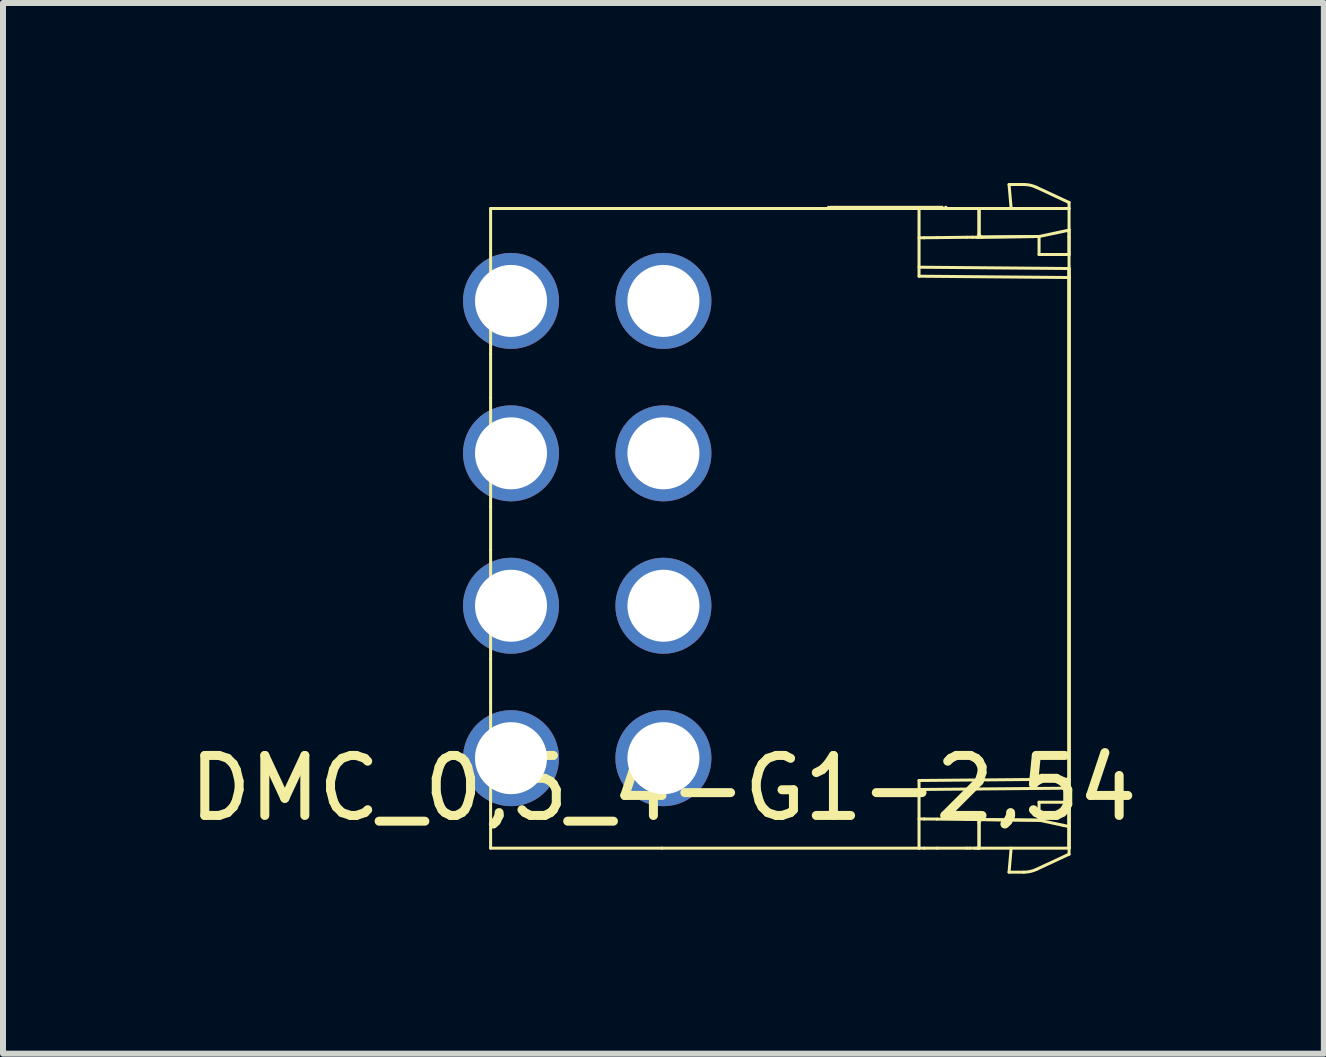
<source format=kicad_pcb>
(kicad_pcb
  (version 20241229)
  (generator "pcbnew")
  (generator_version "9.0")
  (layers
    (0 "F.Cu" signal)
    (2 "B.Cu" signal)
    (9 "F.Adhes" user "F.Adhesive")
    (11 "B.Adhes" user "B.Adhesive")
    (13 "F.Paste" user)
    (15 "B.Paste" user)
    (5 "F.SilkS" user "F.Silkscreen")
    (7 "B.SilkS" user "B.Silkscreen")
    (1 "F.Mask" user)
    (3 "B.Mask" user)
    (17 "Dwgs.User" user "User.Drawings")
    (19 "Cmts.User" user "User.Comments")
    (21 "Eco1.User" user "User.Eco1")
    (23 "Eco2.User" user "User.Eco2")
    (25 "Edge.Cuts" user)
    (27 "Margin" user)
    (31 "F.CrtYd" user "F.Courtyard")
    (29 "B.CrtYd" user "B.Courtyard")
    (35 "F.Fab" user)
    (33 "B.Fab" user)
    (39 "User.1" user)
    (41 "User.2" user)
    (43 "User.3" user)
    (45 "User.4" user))
  (footprint "DMC_0,5_4-G1-2,54"
    (layer "F.Cu")
    (at 8.006 9.585)
    (property "Reference" "DMC_0,5_4-G1-2,54" (at 0 0.5 0) (layer "F.SilkS") (effects (font (size 1 1) (thickness 0.15))))
    (attr through_hole)
    (fp_line (start -2.88 -9.16) (end -2.88 -7.99) (stroke (width 0.05) (type solid)) (layer "F.SilkS"))
    (fp_line (start -2.88 -7.99) (end -2.88 -7.96) (stroke (width 0.05) (type solid)) (layer "F.SilkS"))
    (fp_line (start -2.88 -7.32) (end -2.88 -7.96) (stroke (width 0.05) (type solid)) (layer "F.SilkS"))
    (fp_line (start -2.88 -7.32) (end -2.88 -7.29) (stroke (width 0.05) (type solid)) (layer "F.SilkS"))
    (fp_line (start -2.88 -7.29) (end -2.88 -6.732) (stroke (width 0.05) (type solid)) (layer "F.SilkS"))
    (fp_line (start -2.88 -6.732) (end -2.88 -6.008) (stroke (width 0.05) (type solid)) (layer "F.SilkS"))
    (fp_line (start -2.88 -6.008) (end -2.88 -5.45) (stroke (width 0.05) (type solid)) (layer "F.SilkS"))
    (fp_line (start -2.88 -5.45) (end -2.88 -5.42) (stroke (width 0.05) (type solid)) (layer "F.SilkS"))
    (fp_line (start -2.88 -4.78) (end -2.88 -5.42) (stroke (width 0.05) (type solid)) (layer "F.SilkS"))
    (fp_line (start -2.88 -4.78) (end -2.88 -4.75) (stroke (width 0.05) (type solid)) (layer "F.SilkS"))
    (fp_line (start -2.88 -4.75) (end -2.88 -4.192) (stroke (width 0.05) (type solid)) (layer "F.SilkS"))
    (fp_line (start -2.88 -4.192) (end -2.88 -3.468) (stroke (width 0.05) (type solid)) (layer "F.SilkS"))
    (fp_line (start -2.88 -3.468) (end -2.88 -2.91) (stroke (width 0.05) (type solid)) (layer "F.SilkS"))
    (fp_line (start -2.88 -2.91) (end -2.88 -2.88) (stroke (width 0.05) (type solid)) (layer "F.SilkS"))
    (fp_line (start -2.88 -2.24) (end -2.88 -2.88) (stroke (width 0.05) (type solid)) (layer "F.SilkS"))
    (fp_line (start -2.88 -2.24) (end -2.88 -2.21) (stroke (width 0.05) (type solid)) (layer "F.SilkS"))
    (fp_line (start -2.88 -2.21) (end -2.88 -1.652) (stroke (width 0.05) (type solid)) (layer "F.SilkS"))
    (fp_line (start -2.88 -1.652) (end -2.88 -0.928) (stroke (width 0.05) (type solid)) (layer "F.SilkS"))
    (fp_line (start -2.88 -0.928) (end -2.88 -0.37) (stroke (width 0.05) (type solid)) (layer "F.SilkS"))
    (fp_line (start -2.88 -0.37) (end -2.88 -0.34) (stroke (width 0.05) (type solid)) (layer "F.SilkS"))
    (fp_line (start -2.88 0.3) (end -2.88 -0.34) (stroke (width 0.05) (type solid)) (layer "F.SilkS"))
    (fp_line (start -2.88 0.3) (end -2.88 0.33) (stroke (width 0.05) (type solid)) (layer "F.SilkS"))
    (fp_line (start -2.88 0.33) (end -2.88 1.5) (stroke (width 0.05) (type solid)) (layer "F.SilkS"))
    (fp_line (start -2.88 1.5) (end -0.02 1.5) (stroke (width 0.05) (type solid)) (layer "F.SilkS"))
    (fp_line (start -0.02 -9.16) (end -2.88 -9.16) (stroke (width 0.05) (type solid)) (layer "F.SilkS"))
    (fp_line (start -0.02 -9.16) (end 4.26 -9.16) (stroke (width 0.05) (type solid)) (layer "F.SilkS"))
    (fp_line (start -0.02 1.5) (end 4.26 1.5) (stroke (width 0.05) (type solid)) (layer "F.SilkS"))
    (fp_line (start 2.751 -9.16) (end 2.751 -9.18) (stroke (width 0.05) (type solid)) (layer "F.SilkS"))
    (fp_line (start 2.889 -9.18) (end 4.569 -9.18) (stroke (width 0.05) (type solid)) (layer "F.SilkS"))
    (fp_line (start 4.26 -9.16) (end 4.26 -8.032) (stroke (width 0.05) (type solid)) (layer "F.SilkS"))
    (fp_line (start 4.26 -8.182) (end 6.76 -8.16) (stroke (width 0.05) (type solid)) (layer "F.SilkS"))
    (fp_line (start 4.26 0.372) (end 6.76 0.35) (stroke (width 0.05) (type solid)) (layer "F.SilkS"))
    (fp_line (start 4.26 0.522) (end 6.76 0.5) (stroke (width 0.05) (type solid)) (layer "F.SilkS"))
    (fp_line (start 4.26 1.5) (end 4.26 0.372) (stroke (width 0.05) (type solid)) (layer "F.SilkS"))
    (fp_line (start 4.707 -9.16) (end 4.707 -9.18) (stroke (width 0.05) (type solid)) (layer "F.SilkS"))
    (fp_line (start 5.26 -8.733) (end 5.26 -9.16) (stroke (width 0.05) (type solid)) (layer "F.SilkS"))
    (fp_line (start 5.26 -8.683) (end 5.26 -9.16) (stroke (width 0.05) (type solid)) (layer "F.SilkS"))
    (fp_line (start 5.26 1.074) (end 5.26 1.5) (stroke (width 0.05) (type solid)) (layer "F.SilkS"))
    (fp_line (start 5.26 1.5) (end 5.26 1.023) (stroke (width 0.05) (type solid)) (layer "F.SilkS"))
    (fp_line (start 5.26 1.5) (end 6.76 1.5) (stroke (width 0.05) (type solid)) (layer "F.SilkS"))
    (fp_line (start 5.311 -8.684) (end 6.26 -8.694) (stroke (width 0.05) (type solid)) (layer "F.SilkS"))
    (fp_line (start 5.311 1.024) (end 6.26 1.034) (stroke (width 0.05) (type solid)) (layer "F.SilkS"))
    (fp_line (start 5.76 -9.56) (end 6.006 -9.56) (stroke (width 0.05) (type solid)) (layer "F.SilkS"))
    (fp_line (start 5.76 1.9) (end 6.006 1.9) (stroke (width 0.05) (type solid)) (layer "F.SilkS"))
    (fp_line (start 5.795 -9.16) (end 5.76 -9.56) (stroke (width 0.05) (type solid)) (layer "F.SilkS"))
    (fp_line (start 5.795 1.5) (end 5.76 1.9) (stroke (width 0.05) (type solid)) (layer "F.SilkS"))
    (fp_line (start 6.217 -9.513) (end 6.76 -9.26) (stroke (width 0.05) (type solid)) (layer "F.SilkS"))
    (fp_line (start 6.217 1.853) (end 6.76 1.6) (stroke (width 0.05) (type solid)) (layer "F.SilkS"))
    (fp_line (start 6.26 -8.394) (end 6.76 -8.394) (stroke (width 0.05) (type solid)) (layer "F.SilkS"))
    (fp_line (start 6.26 -8.694) (end 5.26 -8.683) (stroke (width 0.05) (type solid)) (layer "F.SilkS"))
    (fp_line (start 6.26 1.034) (end 5.302 1.023) (stroke (width 0.05) (type solid)) (layer "F.SilkS"))
    (fp_line (start 6.26 1.034) (end 6.261 1.034) (stroke (width 0.05) (type solid)) (layer "F.SilkS"))
    (fp_line (start 6.261 -8.694) (end 6.26 -8.694) (stroke (width 0.05) (type solid)) (layer "F.SilkS"))
    (fp_line (start 6.261 1.034) (end 6.76 1.14) (stroke (width 0.05) (type solid)) (layer "F.SilkS"))
    (fp_line (start 6.66 1.119) (end 6.66 1.119) (stroke (width 0.05) (type solid)) (layer "F.SilkS"))
    (fp_line (start 6.76 -9.26) (end 6.76 -9.16) (stroke (width 0.05) (type solid)) (layer "F.SilkS"))
    (fp_line (start 6.76 -9.16) (end 5.26 -9.16) (stroke (width 0.05) (type solid)) (layer "F.SilkS"))
    (fp_line (start 6.76 -8.8) (end 6.261 -8.694) (stroke (width 0.05) (type solid)) (layer "F.SilkS"))
    (fp_line (start 6.76 -8.8) (end 6.76 -9.16) (stroke (width 0.05) (type solid)) (layer "F.SilkS"))
    (fp_line (start 6.76 -8.01) (end 4.26 -8.032) (stroke (width 0.05) (type solid)) (layer "F.SilkS"))
    (fp_line (start 6.76 -8.01) (end 6.76 -8.16) (stroke (width 0.05) (type solid)) (layer "F.SilkS"))
    (fp_line (start 6.76 -8.01) (end 6.76 0.35) (stroke (width 0.05) (type solid)) (layer "F.SilkS"))
    (fp_line (start 6.76 0.35) (end 6.76 0.5) (stroke (width 0.05) (type solid)) (layer "F.SilkS"))
    (fp_line (start 6.76 0.734) (end 6.26 0.734) (stroke (width 0.05) (type solid)) (layer "F.SilkS"))
    (fp_line (start 6.76 1.14) (end 6.76 1.14) (stroke (width 0.05) (type solid)) (layer "F.SilkS"))
    (fp_line (start 6.76 1.14) (end 6.76 1.5) (stroke (width 0.05) (type solid)) (layer "F.SilkS"))
    (fp_line (start 6.76 1.6) (end 6.76 1.5) (stroke (width 0.05) (type solid)) (layer "F.SilkS"))
    (fp_arc (start 6.005801 -9.56) (mid 6.114021 -9.548148) (end 6.21711 -9.513154) (stroke (width 0.05) (type solid)) (layer "F.SilkS"))
    (fp_arc (start 6.21711 1.853154) (mid 6.114021 1.888148) (end 6.005801 1.9) (stroke (width 0.05) (type solid)) (layer "F.SilkS"))
    (fp_curve (pts (xy 2.889 -9.18) (xy 2.815 -9.18) (xy 2.749 -9.18) (xy 2.751 -9.18)) (stroke (width 0.05) (type solid)) (layer "F.SilkS"))
    (fp_curve (pts (xy 4.26 1.012) (xy 4.262 1.012) (xy 4.291 1.012) (xy 4.348 1.013)) (stroke (width 0.05) (type solid)) (layer "F.SilkS"))
    (fp_curve (pts (xy 4.348 -9.16) (xy 4.291 -9.16) (xy 4.262 -9.16) (xy 4.26 -9.16)) (stroke (width 0.05) (type solid)) (layer "F.SilkS"))
    (fp_curve (pts (xy 4.348 -8.673) (xy 4.291 -8.672) (xy 4.262 -8.672) (xy 4.26 -8.672)) (stroke (width 0.05) (type solid)) (layer "F.SilkS"))
    (fp_curve (pts (xy 4.348 1.013) (xy 4.404 1.013) (xy 4.481 1.014) (xy 4.56 1.015)) (stroke (width 0.05) (type solid)) (layer "F.SilkS"))
    (fp_curve (pts (xy 4.348 1.5) (xy 4.291 1.5) (xy 4.262 1.5) (xy 4.26 1.5)) (stroke (width 0.05) (type solid)) (layer "F.SilkS"))
    (fp_curve (pts (xy 4.56 -9.16) (xy 4.481 -9.16) (xy 4.404 -9.16) (xy 4.348 -9.16)) (stroke (width 0.05) (type solid)) (layer "F.SilkS"))
    (fp_curve (pts (xy 4.56 -9.16) (xy 4.744 -9.16) (xy 4.925 -9.16) (xy 5.055 -9.16)) (stroke (width 0.05) (type solid)) (layer "F.SilkS"))
    (fp_curve (pts (xy 4.56 -8.675) (xy 4.481 -8.674) (xy 4.404 -8.673) (xy 4.348 -8.673)) (stroke (width 0.05) (type solid)) (layer "F.SilkS"))
    (fp_curve (pts (xy 4.56 1.015) (xy 4.744 1.017) (xy 4.925 1.019) (xy 5.055 1.021)) (stroke (width 0.05) (type solid)) (layer "F.SilkS"))
    (fp_curve (pts (xy 4.56 1.5) (xy 4.481 1.5) (xy 4.404 1.5) (xy 4.348 1.5)) (stroke (width 0.05) (type solid)) (layer "F.SilkS"))
    (fp_curve (pts (xy 4.56 1.5) (xy 4.744 1.5) (xy 4.925 1.5) (xy 5.055 1.5)) (stroke (width 0.05) (type solid)) (layer "F.SilkS"))
    (fp_curve (pts (xy 4.707 -9.18) (xy 4.709 -9.18) (xy 4.643 -9.18) (xy 4.569 -9.18)) (stroke (width 0.05) (type solid)) (layer "F.SilkS"))
    (fp_curve (pts (xy 5.055 -9.16) (xy 5.072 -9.16) (xy 5.09 -9.16) (xy 5.107 -9.16)) (stroke (width 0.05) (type solid)) (layer "F.SilkS"))
    (fp_curve (pts (xy 5.055 -8.681) (xy 4.925 -8.679) (xy 4.744 -8.677) (xy 4.56 -8.675)) (stroke (width 0.05) (type solid)) (layer "F.SilkS"))
    (fp_curve (pts (xy 5.055 1.021) (xy 5.072 1.021) (xy 5.09 1.021) (xy 5.107 1.021)) (stroke (width 0.05) (type solid)) (layer "F.SilkS"))
    (fp_curve (pts (xy 5.055 1.5) (xy 5.072 1.5) (xy 5.09 1.5) (xy 5.107 1.5)) (stroke (width 0.05) (type solid)) (layer "F.SilkS"))
    (fp_curve (pts (xy 5.107 -9.16) (xy 5.139 -9.16) (xy 5.167 -9.16) (xy 5.191 -9.16)) (stroke (width 0.05) (type solid)) (layer "F.SilkS"))
    (fp_curve (pts (xy 5.107 1.021) (xy 5.139 1.022) (xy 5.167 1.022) (xy 5.191 1.022)) (stroke (width 0.05) (type solid)) (layer "F.SilkS"))
    (fp_curve (pts (xy 5.107 1.5) (xy 5.139 1.5) (xy 5.167 1.5) (xy 5.191 1.5)) (stroke (width 0.05) (type solid)) (layer "F.SilkS"))
    (fp_curve (pts (xy 5.153 -8.682) (xy 5.124 -8.681) (xy 5.091 -8.681) (xy 5.055 -8.681)) (stroke (width 0.05) (type solid)) (layer "F.SilkS"))
    (fp_curve (pts (xy 5.191 -9.16) (xy 5.201 -9.16) (xy 5.211 -9.16) (xy 5.221 -9.16)) (stroke (width 0.05) (type solid)) (layer "F.SilkS"))
    (fp_curve (pts (xy 5.191 1.022) (xy 5.201 1.022) (xy 5.211 1.022) (xy 5.221 1.023)) (stroke (width 0.05) (type solid)) (layer "F.SilkS"))
    (fp_curve (pts (xy 5.191 1.5) (xy 5.201 1.5) (xy 5.211 1.5) (xy 5.221 1.5)) (stroke (width 0.05) (type solid)) (layer "F.SilkS"))
    (fp_curve (pts (xy 5.221 -9.16) (xy 5.228 -9.16) (xy 5.235 -9.16) (xy 5.242 -9.16)) (stroke (width 0.05) (type solid)) (layer "F.SilkS"))
    (fp_curve (pts (xy 5.221 -8.682) (xy 5.202 -8.682) (xy 5.179 -8.682) (xy 5.153 -8.682)) (stroke (width 0.05) (type solid)) (layer "F.SilkS"))
    (fp_curve (pts (xy 5.221 1.023) (xy 5.228 1.023) (xy 5.235 1.023) (xy 5.242 1.023)) (stroke (width 0.05) (type solid)) (layer "F.SilkS"))
    (fp_curve (pts (xy 5.221 1.5) (xy 5.228 1.5) (xy 5.235 1.5) (xy 5.242 1.5)) (stroke (width 0.05) (type solid)) (layer "F.SilkS"))
    (fp_curve (pts (xy 5.242 -9.16) (xy 5.247 -9.16) (xy 5.251 -9.16) (xy 5.256 -9.16)) (stroke (width 0.05) (type solid)) (layer "F.SilkS"))
    (fp_curve (pts (xy 5.242 -8.683) (xy 5.235 -8.683) (xy 5.228 -8.683) (xy 5.221 -8.682)) (stroke (width 0.05) (type solid)) (layer "F.SilkS"))
    (fp_curve (pts (xy 5.242 1.023) (xy 5.247 1.023) (xy 5.251 1.023) (xy 5.256 1.023)) (stroke (width 0.05) (type solid)) (layer "F.SilkS"))
    (fp_curve (pts (xy 5.242 1.5) (xy 5.247 1.5) (xy 5.251 1.5) (xy 5.256 1.5)) (stroke (width 0.05) (type solid)) (layer "F.SilkS"))
    (fp_curve (pts (xy 5.256 -9.16) (xy 5.257 -9.16) (xy 5.259 -9.16) (xy 5.26 -9.16)) (stroke (width 0.05) (type solid)) (layer "F.SilkS"))
    (fp_curve (pts (xy 5.256 -8.683) (xy 5.251 -8.683) (xy 5.247 -8.683) (xy 5.242 -8.683)) (stroke (width 0.05) (type solid)) (layer "F.SilkS"))
    (fp_curve (pts (xy 5.256 1.023) (xy 5.257 1.023) (xy 5.259 1.023) (xy 5.26 1.023)) (stroke (width 0.05) (type solid)) (layer "F.SilkS"))
    (fp_curve (pts (xy 5.256 1.5) (xy 5.257 1.5) (xy 5.259 1.5) (xy 5.26 1.5)) (stroke (width 0.05) (type solid)) (layer "F.SilkS"))
    (fp_curve (pts (xy 5.26 -8.733) (xy 5.259 -8.707) (xy 5.284 -8.682) (xy 5.311 -8.684)) (stroke (width 0.05) (type solid)) (layer "F.SilkS"))
    (fp_curve (pts (xy 5.26 -8.683) (xy 5.259 -8.683) (xy 5.257 -8.683) (xy 5.256 -8.683)) (stroke (width 0.05) (type solid)) (layer "F.SilkS"))
    (fp_curve (pts (xy 5.26 1.065) (xy 5.258 1.044) (xy 5.281 1.021) (xy 5.302 1.023)) (stroke (width 0.05) (type solid)) (layer "F.SilkS"))
    (fp_curve (pts (xy 5.302 -8.683) (xy 5.281 -8.681) (xy 5.258 -8.704) (xy 5.26 -8.725)) (stroke (width 0.05) (type solid)) (layer "F.SilkS"))
    (fp_curve (pts (xy 5.311 1.024) (xy 5.284 1.023) (xy 5.259 1.047) (xy 5.26 1.074)) (stroke (width 0.05) (type solid)) (layer "F.SilkS"))
    (fp_curve (pts (xy 6.26 0.734) (xy 6.26 0.896) (xy 6.26 1.038) (xy 6.26 1.034)) (stroke (width 0.05) (type solid)) (layer "F.SilkS"))
    (fp_curve (pts (xy 6.26 -8.694) (xy 6.26 -8.698) (xy 6.26 -8.556) (xy 6.26 -8.394)) (stroke (width 0.05) (type solid)) (layer "F.SilkS"))
    (fp_curve (pts (xy 6.76 -8.8) (xy 6.76 -8.798) (xy 6.76 -8.759) (xy 6.76 -8.683)) (stroke (width 0.05) (type solid)) (layer "F.SilkS"))
    (fp_curve (pts (xy 6.76 -8.8) (xy 6.76 -8.8) (xy 6.76 1.5) (xy 6.76 1.5)) (stroke (width 0.05) (type solid)) (layer "F.SilkS"))
    (fp_curve (pts (xy 6.76 -8.683) (xy 6.76 -8.608) (xy 6.76 -8.499) (xy 6.76 -8.394)) (stroke (width 0.05) (type solid)) (layer "F.SilkS"))
    (fp_curve (pts (xy 6.76 -8.16) (xy 6.76 -8.394) (xy 6.76 1.5) (xy 6.76 1.5)) (stroke (width 0.05) (type solid)) (layer "F.SilkS"))
    (fp_curve (pts (xy 6.76 0.734) (xy 6.76 0.839) (xy 6.76 0.948) (xy 6.76 1.023)) (stroke (width 0.05) (type solid)) (layer "F.SilkS"))
    (fp_curve (pts (xy 6.76 1.023) (xy 6.76 1.099) (xy 6.76 1.138) (xy 6.76 1.14)) (stroke (width 0.05) (type solid)) (layer "F.SilkS"))
    (pad "1" thru_hole circle (at -2.54 0) (size 1.6 1.6) (drill 1.2) (layers "*.Cu" "*.Mask"))
    (pad "2" thru_hole circle (at 0 0) (size 1.6 1.6) (drill 1.2) (layers "*.Cu" "*.Mask"))
    (pad "3" thru_hole circle (at -2.54 -2.54) (size 1.6 1.6) (drill 1.2) (layers "*.Cu" "*.Mask"))
    (pad "4" thru_hole circle (at 0 -2.54) (size 1.6 1.6) (drill 1.2) (layers "*.Cu" "*.Mask"))
    (pad "5" thru_hole circle (at -2.54 -5.08) (size 1.6 1.6) (drill 1.2) (layers "*.Cu" "*.Mask"))
    (pad "6" thru_hole circle (at 0 -5.08) (size 1.6 1.6) (drill 1.2) (layers "*.Cu" "*.Mask"))
    (pad "7" thru_hole circle (at -2.54 -7.62) (size 1.6 1.6) (drill 1.2) (layers "*.Cu" "*.Mask"))
    (pad "8" thru_hole circle (at 0 -7.62) (size 1.6 1.6) (drill 1.2) (layers "*.Cu" "*.Mask")))
  (gr_rect
    (start -3 -3)
    (end 19.012 14.51)
    (stroke (width 0.1) (type default))
    (fill no)
    (layer "Edge.Cuts")))
</source>
